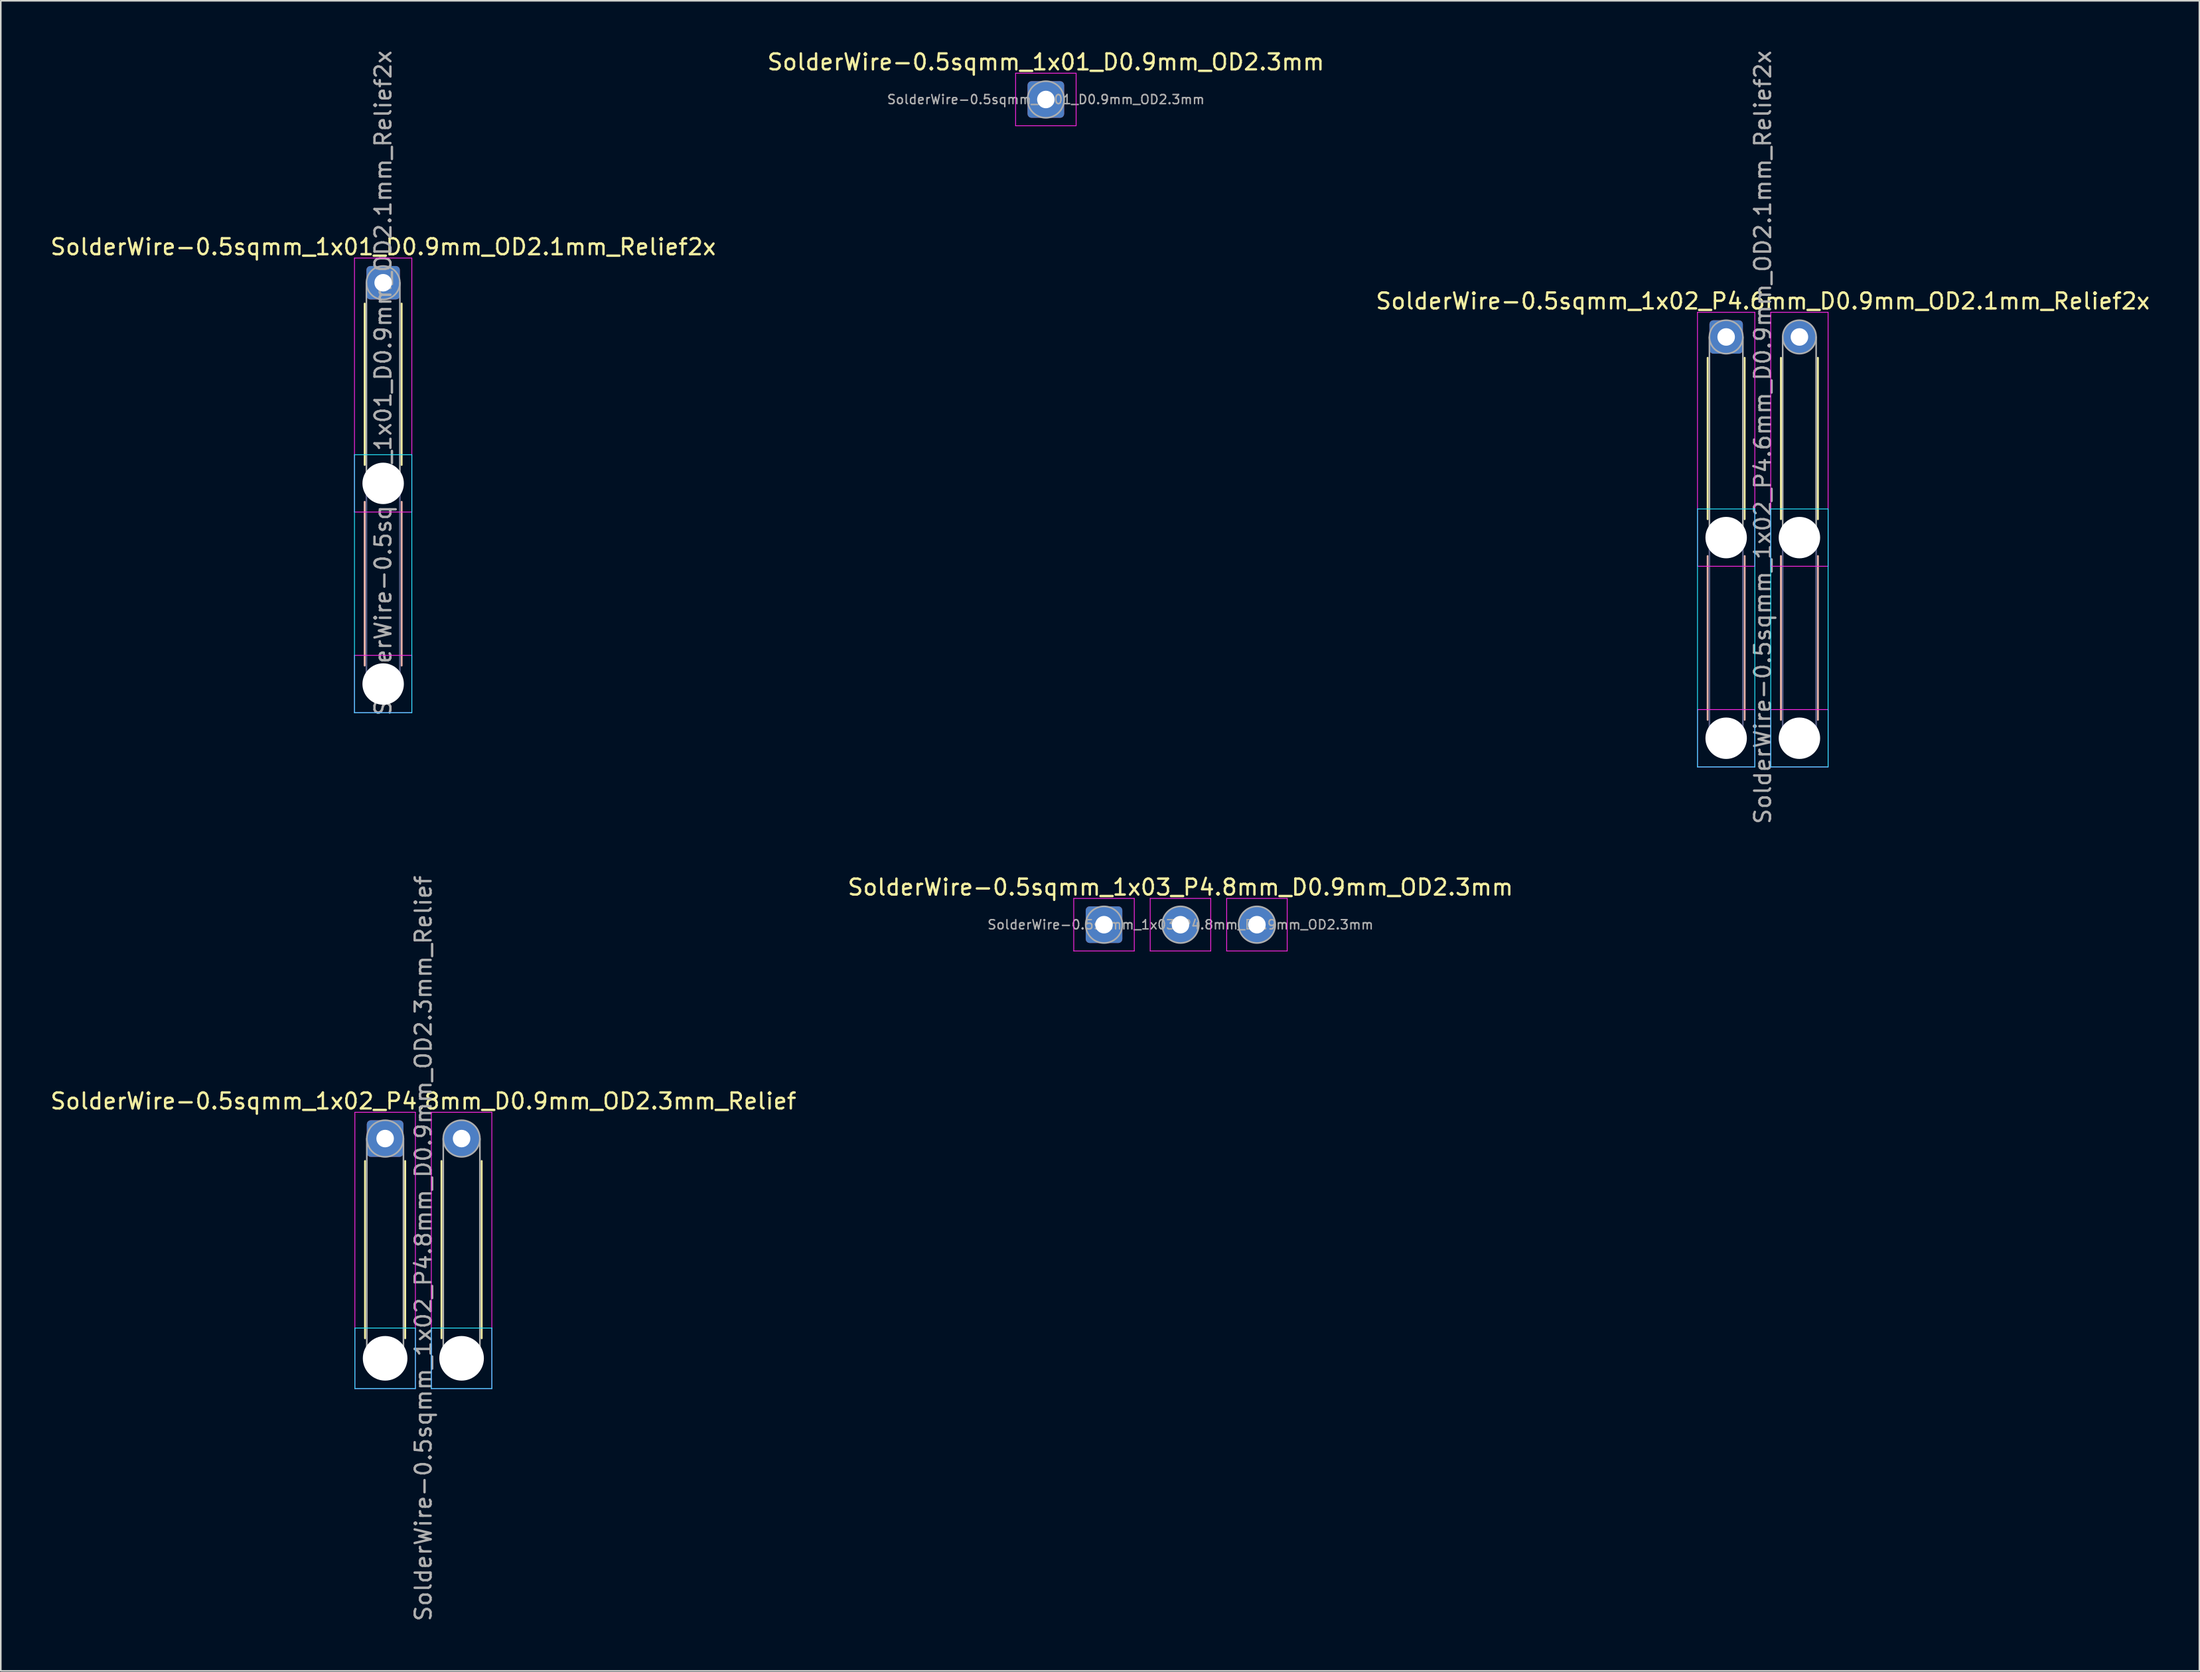
<source format=kicad_pcb>
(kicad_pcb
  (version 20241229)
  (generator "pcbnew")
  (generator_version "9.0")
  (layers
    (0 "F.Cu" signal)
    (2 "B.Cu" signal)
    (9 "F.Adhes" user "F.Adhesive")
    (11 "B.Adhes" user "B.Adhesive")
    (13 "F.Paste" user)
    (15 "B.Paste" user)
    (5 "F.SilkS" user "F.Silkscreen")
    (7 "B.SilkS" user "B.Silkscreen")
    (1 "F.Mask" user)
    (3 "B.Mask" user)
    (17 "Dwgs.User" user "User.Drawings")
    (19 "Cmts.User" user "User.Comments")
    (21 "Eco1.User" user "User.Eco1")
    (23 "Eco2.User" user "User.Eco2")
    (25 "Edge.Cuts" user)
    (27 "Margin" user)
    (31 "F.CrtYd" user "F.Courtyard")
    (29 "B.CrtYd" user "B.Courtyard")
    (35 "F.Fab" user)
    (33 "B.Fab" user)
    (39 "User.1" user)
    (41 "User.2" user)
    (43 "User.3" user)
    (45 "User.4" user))
  (footprint "SolderWire-0.5sqmm_1x02_P4.6mm_D0.9mm_OD2.1mm_Relief2x"
    (layer "F.Cu")
    (at 105.325 18.111)
    (property "Reference" "SolderWire-0.5sqmm_1x02_P4.6mm_D0.9mm_OD2.1mm_Relief2x" (at 2.3 -2.25 0) (layer "F.SilkS") (effects (font (size 1 1) (thickness 0.15))))
    (attr exclude_from_pos_files exclude_from_bom)
    (fp_line (start -1.16 1.31) (end -1.16 11.44) (stroke (width 0.12) (type solid)) (layer "F.SilkS"))
    (fp_line (start 1.16 1.31) (end 1.16 11.44) (stroke (width 0.12) (type solid)) (layer "F.SilkS"))
    (fp_line (start 3.44 1.31) (end 3.44 11.44) (stroke (width 0.12) (type solid)) (layer "F.SilkS"))
    (fp_line (start 5.76 1.31) (end 5.76 11.44) (stroke (width 0.12) (type solid)) (layer "F.SilkS"))
    (fp_line (start -1.16 13.76) (end -1.16 24.04) (stroke (width 0.12) (type solid)) (layer "B.SilkS"))
    (fp_line (start 1.16 13.76) (end 1.16 24.04) (stroke (width 0.12) (type solid)) (layer "B.SilkS"))
    (fp_line (start 3.44 13.76) (end 3.44 24.04) (stroke (width 0.12) (type solid)) (layer "B.SilkS"))
    (fp_line (start 5.76 13.76) (end 5.76 24.04) (stroke (width 0.12) (type solid)) (layer "B.SilkS"))
    (fp_line (start -1.8 10.8) (end -1.8 27) (stroke (width 0.05) (type solid)) (layer "B.CrtYd"))
    (fp_line (start -1.8 27) (end 1.8 27) (stroke (width 0.05) (type solid)) (layer "B.CrtYd"))
    (fp_line (start 1.8 10.8) (end -1.8 10.8) (stroke (width 0.05) (type solid)) (layer "B.CrtYd"))
    (fp_line (start 1.8 27) (end 1.8 10.8) (stroke (width 0.05) (type solid)) (layer "B.CrtYd"))
    (fp_line (start 2.8 10.8) (end 2.8 27) (stroke (width 0.05) (type solid)) (layer "B.CrtYd"))
    (fp_line (start 2.8 27) (end 6.4 27) (stroke (width 0.05) (type solid)) (layer "B.CrtYd"))
    (fp_line (start 6.4 10.8) (end 2.8 10.8) (stroke (width 0.05) (type solid)) (layer "B.CrtYd"))
    (fp_line (start 6.4 27) (end 6.4 10.8) (stroke (width 0.05) (type solid)) (layer "B.CrtYd"))
    (fp_line (start -1.8 -1.55) (end -1.8 14.4) (stroke (width 0.05) (type solid)) (layer "F.CrtYd"))
    (fp_line (start -1.8 14.4) (end 1.8 14.4) (stroke (width 0.05) (type solid)) (layer "F.CrtYd"))
    (fp_line (start -1.8 23.4) (end -1.8 27) (stroke (width 0.05) (type solid)) (layer "F.CrtYd"))
    (fp_line (start -1.8 27) (end 1.8 27) (stroke (width 0.05) (type solid)) (layer "F.CrtYd"))
    (fp_line (start 1.8 -1.55) (end -1.8 -1.55) (stroke (width 0.05) (type solid)) (layer "F.CrtYd"))
    (fp_line (start 1.8 14.4) (end 1.8 -1.55) (stroke (width 0.05) (type solid)) (layer "F.CrtYd"))
    (fp_line (start 1.8 23.4) (end -1.8 23.4) (stroke (width 0.05) (type solid)) (layer "F.CrtYd"))
    (fp_line (start 1.8 27) (end 1.8 23.4) (stroke (width 0.05) (type solid)) (layer "F.CrtYd"))
    (fp_line (start 2.8 -1.55) (end 2.8 14.4) (stroke (width 0.05) (type solid)) (layer "F.CrtYd"))
    (fp_line (start 2.8 14.4) (end 6.4 14.4) (stroke (width 0.05) (type solid)) (layer "F.CrtYd"))
    (fp_line (start 2.8 23.4) (end 2.8 27) (stroke (width 0.05) (type solid)) (layer "F.CrtYd"))
    (fp_line (start 2.8 27) (end 6.4 27) (stroke (width 0.05) (type solid)) (layer "F.CrtYd"))
    (fp_line (start 6.4 -1.55) (end 2.8 -1.55) (stroke (width 0.05) (type solid)) (layer "F.CrtYd"))
    (fp_line (start 6.4 14.4) (end 6.4 -1.55) (stroke (width 0.05) (type solid)) (layer "F.CrtYd"))
    (fp_line (start 6.4 23.4) (end 2.8 23.4) (stroke (width 0.05) (type solid)) (layer "F.CrtYd"))
    (fp_line (start 6.4 27) (end 6.4 23.4) (stroke (width 0.05) (type solid)) (layer "F.CrtYd"))
    (fp_line (start -1.05 12.6) (end -1.05 25.2) (stroke (width 0.1) (type solid)) (layer "B.Fab"))
    (fp_line (start 1.05 12.6) (end 1.05 25.2) (stroke (width 0.1) (type solid)) (layer "B.Fab"))
    (fp_line (start 3.55 12.6) (end 3.55 25.2) (stroke (width 0.1) (type solid)) (layer "B.Fab"))
    (fp_line (start 5.65 12.6) (end 5.65 25.2) (stroke (width 0.1) (type solid)) (layer "B.Fab"))
    (fp_circle (center 0 12.6) (end 1.05 12.6) (stroke (width 0.1) (type solid)) (fill no) (layer "B.Fab"))
    (fp_circle (center 0 25.2) (end 1.05 25.2) (stroke (width 0.1) (type solid)) (fill no) (layer "B.Fab"))
    (fp_circle (center 4.6 12.6) (end 5.65 12.6) (stroke (width 0.1) (type solid)) (fill no) (layer "B.Fab"))
    (fp_circle (center 4.6 25.2) (end 5.65 25.2) (stroke (width 0.1) (type solid)) (fill no) (layer "B.Fab"))
    (fp_line (start -1.05 0) (end -1.05 12.6) (stroke (width 0.1) (type solid)) (layer "F.Fab"))
    (fp_line (start 1.05 0) (end 1.05 12.6) (stroke (width 0.1) (type solid)) (layer "F.Fab"))
    (fp_line (start 3.55 0) (end 3.55 12.6) (stroke (width 0.1) (type solid)) (layer "F.Fab"))
    (fp_line (start 5.65 0) (end 5.65 12.6) (stroke (width 0.1) (type solid)) (layer "F.Fab"))
    (fp_circle (center 0 0) (end 1.05 0) (stroke (width 0.1) (type solid)) (fill no) (layer "F.Fab"))
    (fp_circle (center 0 12.6) (end 1.05 12.6) (stroke (width 0.1) (type solid)) (fill no) (layer "F.Fab"))
    (fp_circle (center 0 25.2) (end 1.05 25.2) (stroke (width 0.1) (type solid)) (fill no) (layer "F.Fab"))
    (fp_circle (center 4.6 0) (end 5.65 0) (stroke (width 0.1) (type solid)) (fill no) (layer "F.Fab"))
    (fp_circle (center 4.6 12.6) (end 5.65 12.6) (stroke (width 0.1) (type solid)) (fill no) (layer "F.Fab"))
    (fp_circle (center 4.6 25.2) (end 5.65 25.2) (stroke (width 0.1) (type solid)) (fill no) (layer "F.Fab"))
    (fp_text user "${REFERENCE}" (at 2.3 6.3 90) (layer "F.Fab") (effects (font (size 1 1) (thickness 0.15))))
    (pad "" np_thru_hole circle (at 0 12.6) (size 2.6 2.6) (drill 2.6) (layers "*.Cu" "*.Mask"))
    (pad "" np_thru_hole circle (at 0 25.2) (size 2.6 2.6) (drill 2.6) (layers "*.Cu" "*.Mask"))
    (pad "" np_thru_hole circle (at 4.6 12.6) (size 2.6 2.6) (drill 2.6) (layers "*.Cu" "*.Mask"))
    (pad "" np_thru_hole circle (at 4.6 25.2) (size 2.6 2.6) (drill 2.6) (layers "*.Cu" "*.Mask"))
    (pad "1" thru_hole roundrect (at 0 0) (size 2.1 2.1) (drill 1.1) (layers "*.Cu" "*.Mask") (roundrect_rratio 0.119))
    (pad "2" thru_hole circle (at 4.6 0) (size 2.1 2.1) (drill 1.1) (layers "*.Cu" "*.Mask")))
  (footprint "SolderWire-0.5sqmm_1x01_D0.9mm_OD2.1mm_Relief2x"
    (layer "F.Cu")
    (at 21.006 14.706)
    (property "Reference" "SolderWire-0.5sqmm_1x01_D0.9mm_OD2.1mm_Relief2x" (at 0 -2.25 0) (layer "F.SilkS") (effects (font (size 1 1) (thickness 0.15))))
    (attr exclude_from_pos_files exclude_from_bom)
    (fp_line (start -1.16 1.31) (end -1.16 11.44) (stroke (width 0.12) (type solid)) (layer "F.SilkS"))
    (fp_line (start 1.16 1.31) (end 1.16 11.44) (stroke (width 0.12) (type solid)) (layer "F.SilkS"))
    (fp_line (start -1.16 13.76) (end -1.16 24.04) (stroke (width 0.12) (type solid)) (layer "B.SilkS"))
    (fp_line (start 1.16 13.76) (end 1.16 24.04) (stroke (width 0.12) (type solid)) (layer "B.SilkS"))
    (fp_line (start -1.8 10.8) (end -1.8 27) (stroke (width 0.05) (type solid)) (layer "B.CrtYd"))
    (fp_line (start -1.8 27) (end 1.8 27) (stroke (width 0.05) (type solid)) (layer "B.CrtYd"))
    (fp_line (start 1.8 10.8) (end -1.8 10.8) (stroke (width 0.05) (type solid)) (layer "B.CrtYd"))
    (fp_line (start 1.8 27) (end 1.8 10.8) (stroke (width 0.05) (type solid)) (layer "B.CrtYd"))
    (fp_line (start -1.8 -1.55) (end -1.8 14.4) (stroke (width 0.05) (type solid)) (layer "F.CrtYd"))
    (fp_line (start -1.8 14.4) (end 1.8 14.4) (stroke (width 0.05) (type solid)) (layer "F.CrtYd"))
    (fp_line (start -1.8 23.4) (end -1.8 27) (stroke (width 0.05) (type solid)) (layer "F.CrtYd"))
    (fp_line (start -1.8 27) (end 1.8 27) (stroke (width 0.05) (type solid)) (layer "F.CrtYd"))
    (fp_line (start 1.8 -1.55) (end -1.8 -1.55) (stroke (width 0.05) (type solid)) (layer "F.CrtYd"))
    (fp_line (start 1.8 14.4) (end 1.8 -1.55) (stroke (width 0.05) (type solid)) (layer "F.CrtYd"))
    (fp_line (start 1.8 23.4) (end -1.8 23.4) (stroke (width 0.05) (type solid)) (layer "F.CrtYd"))
    (fp_line (start 1.8 27) (end 1.8 23.4) (stroke (width 0.05) (type solid)) (layer "F.CrtYd"))
    (fp_line (start -1.05 12.6) (end -1.05 25.2) (stroke (width 0.1) (type solid)) (layer "B.Fab"))
    (fp_line (start 1.05 12.6) (end 1.05 25.2) (stroke (width 0.1) (type solid)) (layer "B.Fab"))
    (fp_circle (center 0 12.6) (end 1.05 12.6) (stroke (width 0.1) (type solid)) (fill no) (layer "B.Fab"))
    (fp_circle (center 0 25.2) (end 1.05 25.2) (stroke (width 0.1) (type solid)) (fill no) (layer "B.Fab"))
    (fp_line (start -1.05 0) (end -1.05 12.6) (stroke (width 0.1) (type solid)) (layer "F.Fab"))
    (fp_line (start 1.05 0) (end 1.05 12.6) (stroke (width 0.1) (type solid)) (layer "F.Fab"))
    (fp_circle (center 0 0) (end 1.05 0) (stroke (width 0.1) (type solid)) (fill no) (layer "F.Fab"))
    (fp_circle (center 0 12.6) (end 1.05 12.6) (stroke (width 0.1) (type solid)) (fill no) (layer "F.Fab"))
    (fp_circle (center 0 25.2) (end 1.05 25.2) (stroke (width 0.1) (type solid)) (fill no) (layer "F.Fab"))
    (fp_text user "${REFERENCE}" (at 0 6.3 90) (layer "F.Fab") (effects (font (size 1 1) (thickness 0.15))))
    (pad "" np_thru_hole circle (at 0 12.6) (size 2.6 2.6) (drill 2.6) (layers "*.Cu" "*.Mask"))
    (pad "" np_thru_hole circle (at 0 25.2) (size 2.6 2.6) (drill 2.6) (layers "*.Cu" "*.Mask"))
    (pad "1" thru_hole roundrect (at 0 0) (size 2.1 2.1) (drill 1.1) (layers "*.Cu" "*.Mask") (roundrect_rratio 0.119)))
  (footprint "SolderWire-0.5sqmm_1x01_D0.9mm_OD2.3mm"
    (layer "F.Cu")
    (at 62.613 3.198)
    (property "Reference" "SolderWire-0.5sqmm_1x01_D0.9mm_OD2.3mm" (at 0 -2.35 0) (layer "F.SilkS") (effects (font (size 1 1) (thickness 0.15))))
    (attr exclude_from_pos_files exclude_from_bom)
    (fp_line (start -1.9 -1.65) (end -1.9 1.65) (stroke (width 0.05) (type solid)) (layer "F.CrtYd"))
    (fp_line (start -1.9 1.65) (end 1.9 1.65) (stroke (width 0.05) (type solid)) (layer "F.CrtYd"))
    (fp_line (start 1.9 -1.65) (end -1.9 -1.65) (stroke (width 0.05) (type solid)) (layer "F.CrtYd"))
    (fp_line (start 1.9 1.65) (end 1.9 -1.65) (stroke (width 0.05) (type solid)) (layer "F.CrtYd"))
    (fp_circle (center 0 0) (end 1.15 0) (stroke (width 0.1) (type solid)) (fill no) (layer "F.Fab"))
    (fp_text user "${REFERENCE}" (at 0 0 0) (layer "F.Fab") (effects (font (size 0.57 0.57) (thickness 0.09))))
    (pad "1" thru_hole roundrect (at 0 0) (size 2.3 2.3) (drill 1.1) (layers "*.Cu" "*.Mask") (roundrect_rratio 0.109)))
  (footprint "SolderWire-0.5sqmm_1x03_P4.8mm_D0.9mm_OD2.3mm"
    (layer "F.Cu")
    (at 66.265 55.02)
    (property "Reference" "SolderWire-0.5sqmm_1x03_P4.8mm_D0.9mm_OD2.3mm" (at 4.8 -2.35 0) (layer "F.SilkS") (effects (font (size 1 1) (thickness 0.15))))
    (attr exclude_from_pos_files exclude_from_bom)
    (fp_line (start -1.9 -1.65) (end -1.9 1.65) (stroke (width 0.05) (type solid)) (layer "F.CrtYd"))
    (fp_line (start -1.9 1.65) (end 1.9 1.65) (stroke (width 0.05) (type solid)) (layer "F.CrtYd"))
    (fp_line (start 1.9 -1.65) (end -1.9 -1.65) (stroke (width 0.05) (type solid)) (layer "F.CrtYd"))
    (fp_line (start 1.9 1.65) (end 1.9 -1.65) (stroke (width 0.05) (type solid)) (layer "F.CrtYd"))
    (fp_line (start 2.9 -1.65) (end 2.9 1.65) (stroke (width 0.05) (type solid)) (layer "F.CrtYd"))
    (fp_line (start 2.9 1.65) (end 6.7 1.65) (stroke (width 0.05) (type solid)) (layer "F.CrtYd"))
    (fp_line (start 6.7 -1.65) (end 2.9 -1.65) (stroke (width 0.05) (type solid)) (layer "F.CrtYd"))
    (fp_line (start 6.7 1.65) (end 6.7 -1.65) (stroke (width 0.05) (type solid)) (layer "F.CrtYd"))
    (fp_line (start 7.7 -1.65) (end 7.7 1.65) (stroke (width 0.05) (type solid)) (layer "F.CrtYd"))
    (fp_line (start 7.7 1.65) (end 11.5 1.65) (stroke (width 0.05) (type solid)) (layer "F.CrtYd"))
    (fp_line (start 11.5 -1.65) (end 7.7 -1.65) (stroke (width 0.05) (type solid)) (layer "F.CrtYd"))
    (fp_line (start 11.5 1.65) (end 11.5 -1.65) (stroke (width 0.05) (type solid)) (layer "F.CrtYd"))
    (fp_circle (center 0 0) (end 1.15 0) (stroke (width 0.1) (type solid)) (fill no) (layer "F.Fab"))
    (fp_circle (center 4.8 0) (end 5.95 0) (stroke (width 0.1) (type solid)) (fill no) (layer "F.Fab"))
    (fp_circle (center 9.6 0) (end 10.75 0) (stroke (width 0.1) (type solid)) (fill no) (layer "F.Fab"))
    (fp_text user "${REFERENCE}" (at 4.8 0 0) (layer "F.Fab") (effects (font (size 0.58 0.58) (thickness 0.09))))
    (pad "1" thru_hole roundrect (at 0 0) (size 2.3 2.3) (drill 1.1) (layers "*.Cu" "*.Mask") (roundrect_rratio 0.109))
    (pad "2" thru_hole circle (at 4.8 0) (size 2.3 2.3) (drill 1.1) (layers "*.Cu" "*.Mask"))
    (pad "3" thru_hole circle (at 9.6 0) (size 2.3 2.3) (drill 1.1) (layers "*.Cu" "*.Mask")))
  (footprint "SolderWire-0.5sqmm_1x02_P4.8mm_D0.9mm_OD2.3mm_Relief"
    (layer "F.Cu")
    (at 21.13 68.451)
    (property "Reference" "SolderWire-0.5sqmm_1x02_P4.8mm_D0.9mm_OD2.3mm_Relief" (at 2.4 -2.35 0) (layer "F.SilkS") (effects (font (size 1 1) (thickness 0.15))))
    (attr exclude_from_pos_files exclude_from_bom)
    (fp_line (start -1.26 1.41) (end -1.26 12.54) (stroke (width 0.12) (type solid)) (layer "F.SilkS"))
    (fp_line (start 1.26 1.41) (end 1.26 12.54) (stroke (width 0.12) (type solid)) (layer "F.SilkS"))
    (fp_line (start 3.54 1.41) (end 3.54 12.54) (stroke (width 0.12) (type solid)) (layer "F.SilkS"))
    (fp_line (start 6.06 1.41) (end 6.06 12.54) (stroke (width 0.12) (type solid)) (layer "F.SilkS"))
    (fp_line (start -1.9 11.9) (end -1.9 15.7) (stroke (width 0.05) (type solid)) (layer "B.CrtYd"))
    (fp_line (start -1.9 15.7) (end 1.9 15.7) (stroke (width 0.05) (type solid)) (layer "B.CrtYd"))
    (fp_line (start 1.9 11.9) (end -1.9 11.9) (stroke (width 0.05) (type solid)) (layer "B.CrtYd"))
    (fp_line (start 1.9 15.7) (end 1.9 11.9) (stroke (width 0.05) (type solid)) (layer "B.CrtYd"))
    (fp_line (start 2.9 11.9) (end 2.9 15.7) (stroke (width 0.05) (type solid)) (layer "B.CrtYd"))
    (fp_line (start 2.9 15.7) (end 6.7 15.7) (stroke (width 0.05) (type solid)) (layer "B.CrtYd"))
    (fp_line (start 6.7 11.9) (end 2.9 11.9) (stroke (width 0.05) (type solid)) (layer "B.CrtYd"))
    (fp_line (start 6.7 15.7) (end 6.7 11.9) (stroke (width 0.05) (type solid)) (layer "B.CrtYd"))
    (fp_line (start -1.9 -1.65) (end -1.9 15.7) (stroke (width 0.05) (type solid)) (layer "F.CrtYd"))
    (fp_line (start -1.9 15.7) (end 1.9 15.7) (stroke (width 0.05) (type solid)) (layer "F.CrtYd"))
    (fp_line (start 1.9 -1.65) (end -1.9 -1.65) (stroke (width 0.05) (type solid)) (layer "F.CrtYd"))
    (fp_line (start 1.9 15.7) (end 1.9 -1.65) (stroke (width 0.05) (type solid)) (layer "F.CrtYd"))
    (fp_line (start 2.9 -1.65) (end 2.9 15.7) (stroke (width 0.05) (type solid)) (layer "F.CrtYd"))
    (fp_line (start 2.9 15.7) (end 6.7 15.7) (stroke (width 0.05) (type solid)) (layer "F.CrtYd"))
    (fp_line (start 6.7 -1.65) (end 2.9 -1.65) (stroke (width 0.05) (type solid)) (layer "F.CrtYd"))
    (fp_line (start 6.7 15.7) (end 6.7 -1.65) (stroke (width 0.05) (type solid)) (layer "F.CrtYd"))
    (fp_line (start -1.15 0) (end -1.15 13.8) (stroke (width 0.1) (type solid)) (layer "F.Fab"))
    (fp_line (start 1.15 0) (end 1.15 13.8) (stroke (width 0.1) (type solid)) (layer "F.Fab"))
    (fp_line (start 3.65 0) (end 3.65 13.8) (stroke (width 0.1) (type solid)) (layer "F.Fab"))
    (fp_line (start 5.95 0) (end 5.95 13.8) (stroke (width 0.1) (type solid)) (layer "F.Fab"))
    (fp_circle (center 0 0) (end 1.15 0) (stroke (width 0.1) (type solid)) (fill no) (layer "F.Fab"))
    (fp_circle (center 0 13.8) (end 1.15 13.8) (stroke (width 0.1) (type solid)) (fill no) (layer "F.Fab"))
    (fp_circle (center 4.8 0) (end 5.95 0) (stroke (width 0.1) (type solid)) (fill no) (layer "F.Fab"))
    (fp_circle (center 4.8 13.8) (end 5.95 13.8) (stroke (width 0.1) (type solid)) (fill no) (layer "F.Fab"))
    (fp_text user "${REFERENCE}" (at 2.4 6.9 90) (layer "F.Fab") (effects (font (size 1 1) (thickness 0.15))))
    (pad "" np_thru_hole circle (at 0 13.8) (size 2.8 2.8) (drill 2.8) (layers "*.Cu" "*.Mask"))
    (pad "" np_thru_hole circle (at 4.8 13.8) (size 2.8 2.8) (drill 2.8) (layers "*.Cu" "*.Mask"))
    (pad "1" thru_hole roundrect (at 0 0) (size 2.3 2.3) (drill 1.1) (layers "*.Cu" "*.Mask") (roundrect_rratio 0.109))
    (pad "2" thru_hole circle (at 4.8 0) (size 2.3 2.3) (drill 1.1) (layers "*.Cu" "*.Mask")))
  (gr_rect
    (start -3 -3)
    (end 135.036 101.881)
    (stroke (width 0.1) (type default))
    (fill no)
    (layer "Edge.Cuts")))
</source>
